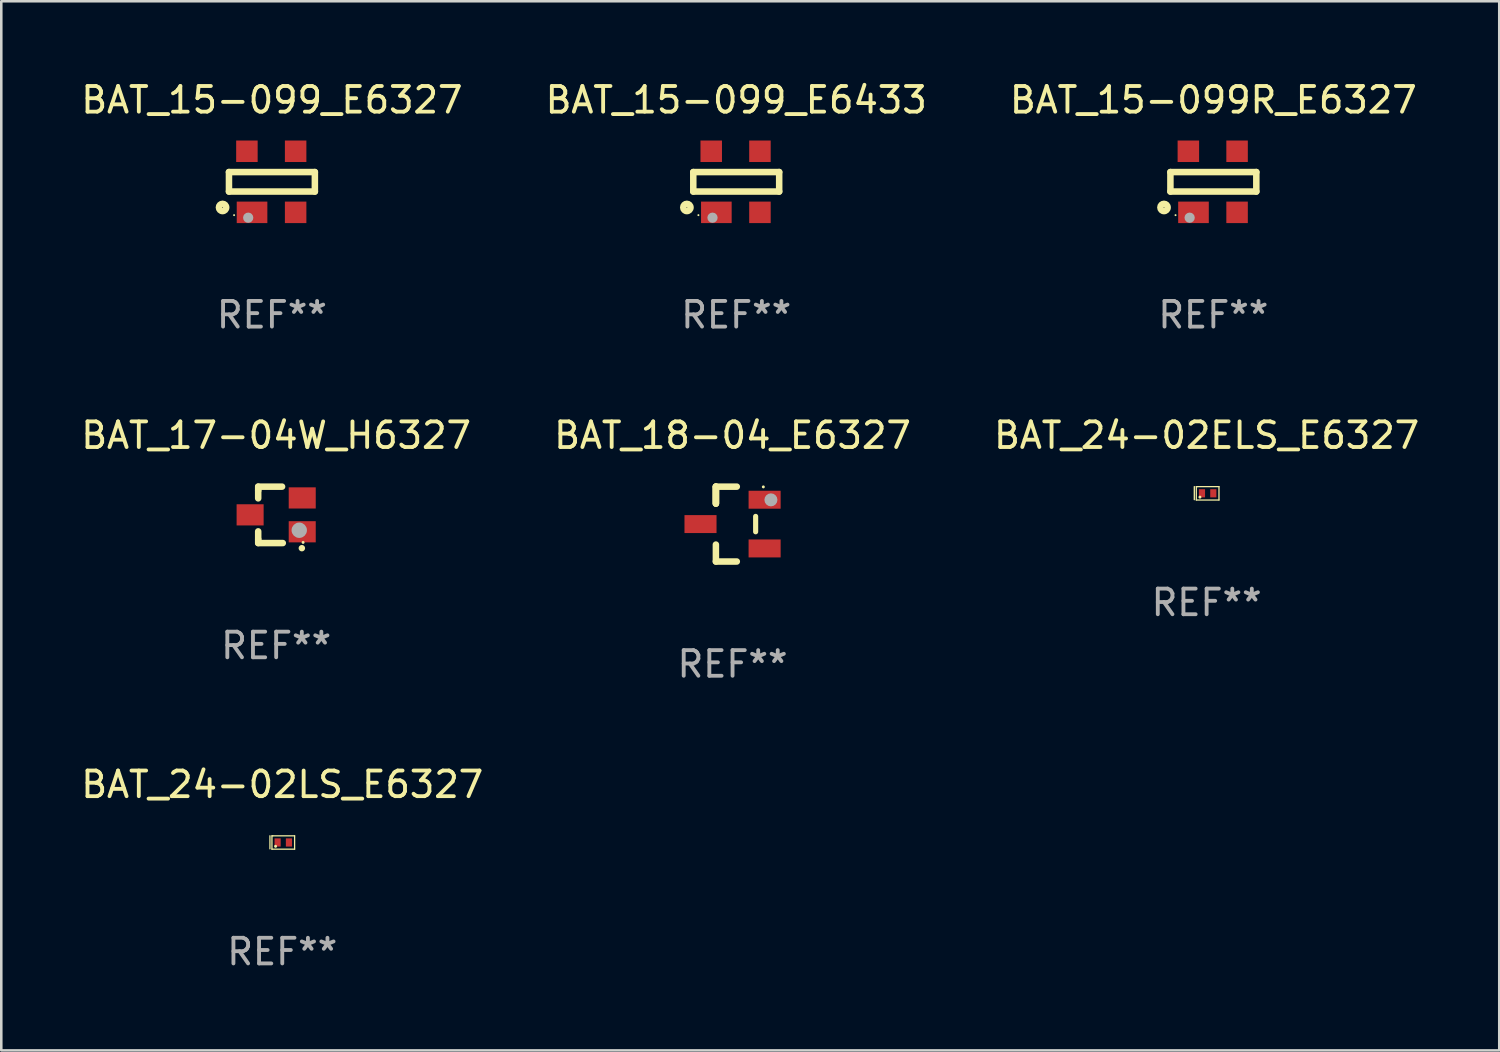
<source format=kicad_pcb>
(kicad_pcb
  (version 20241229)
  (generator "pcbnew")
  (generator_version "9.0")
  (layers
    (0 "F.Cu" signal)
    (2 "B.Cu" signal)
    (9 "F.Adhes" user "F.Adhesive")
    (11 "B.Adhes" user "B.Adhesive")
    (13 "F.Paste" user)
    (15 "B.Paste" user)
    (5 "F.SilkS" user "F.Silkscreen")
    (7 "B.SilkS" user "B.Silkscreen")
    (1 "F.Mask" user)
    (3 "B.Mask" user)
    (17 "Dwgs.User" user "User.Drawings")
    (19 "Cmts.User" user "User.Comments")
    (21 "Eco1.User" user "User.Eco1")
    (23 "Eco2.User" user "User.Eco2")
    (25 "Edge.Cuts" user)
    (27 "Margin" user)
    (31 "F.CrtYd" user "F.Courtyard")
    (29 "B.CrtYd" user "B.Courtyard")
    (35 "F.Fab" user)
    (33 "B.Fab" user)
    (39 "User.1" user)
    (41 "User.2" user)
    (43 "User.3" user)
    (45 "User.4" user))
  (footprint "BAT_15-099_E6433"
    (layer "F.Cu")
    (at 25.661 4.04)
    (property "Reference" "BAT_15-099_E6433" (at 0 -3.191 0) (layer "F.SilkS") (effects (font (size 1 1) (thickness 0.15))))
    (attr through_hole)
    (fp_line (start -1.675 -0.38) (end -1.675 0.38) (stroke (width 0.254) (type solid)) (layer "F.SilkS"))
    (fp_line (start -1.675 -0.38) (end 1.675 -0.38) (stroke (width 0.254) (type solid)) (layer "F.SilkS"))
    (fp_line (start -1.675 0.38) (end 1.675 0.38) (stroke (width 0.254) (type solid)) (layer "F.SilkS"))
    (fp_line (start 1.675 -0.38) (end 1.675 0.38) (stroke (width 0.254) (type solid)) (layer "F.SilkS"))
    (fp_circle (center -1.925 1) (end -1.783 1) (stroke (width 0.254) (type solid)) (fill no) (layer "F.SilkS"))
    (fp_circle (center -1.475 1.3) (end -1.455 1.3) (stroke (width 0.04) (type solid)) (fill no) (layer "F.SilkS"))
    (fp_circle (center -0.925 1.4) (end -0.825 1.4) (stroke (width 0.2) (type solid)) (fill no) (layer "F.Fab"))
    (fp_text user "REF**" (at 0 5.191 0) (layer "F.Fab") (effects (font (size 1 1) (thickness 0.15))))
    (pad "1" smd rect (at -0.775 1.191) (size 1.194 0.838) (layers "F.Cu" "F.Mask" "F.Paste"))
    (pad "2" smd rect (at 0.925 1.191) (size 0.838 0.838) (layers "F.Cu" "F.Mask" "F.Paste"))
    (pad "3" smd rect (at 0.925 -1.191) (size 0.838 0.838) (layers "F.Cu" "F.Mask" "F.Paste"))
    (pad "4" smd rect (at -0.975 -1.191) (size 0.838 0.838) (layers "F.Cu" "F.Mask" "F.Paste")))
  (footprint "BAT_15-099R_E6327"
    (layer "F.Cu")
    (at 44.268 4.04)
    (property "Reference" "BAT_15-099R_E6327" (at 0 -3.191 0) (layer "F.SilkS") (effects (font (size 1 1) (thickness 0.15))))
    (attr through_hole)
    (fp_line (start -1.675 -0.38) (end -1.675 0.38) (stroke (width 0.254) (type solid)) (layer "F.SilkS"))
    (fp_line (start -1.675 -0.38) (end 1.675 -0.38) (stroke (width 0.254) (type solid)) (layer "F.SilkS"))
    (fp_line (start -1.675 0.38) (end 1.675 0.38) (stroke (width 0.254) (type solid)) (layer "F.SilkS"))
    (fp_line (start 1.675 -0.38) (end 1.675 0.38) (stroke (width 0.254) (type solid)) (layer "F.SilkS"))
    (fp_circle (center -1.925 1) (end -1.783 1) (stroke (width 0.254) (type solid)) (fill no) (layer "F.SilkS"))
    (fp_circle (center -1.475 1.3) (end -1.455 1.3) (stroke (width 0.04) (type solid)) (fill no) (layer "F.SilkS"))
    (fp_circle (center -0.925 1.4) (end -0.825 1.4) (stroke (width 0.2) (type solid)) (fill no) (layer "F.Fab"))
    (fp_text user "REF**" (at 0 5.191 0) (layer "F.Fab") (effects (font (size 1 1) (thickness 0.15))))
    (pad "1" smd rect (at -0.775 1.191) (size 1.194 0.838) (layers "F.Cu" "F.Mask" "F.Paste"))
    (pad "2" smd rect (at 0.925 1.191) (size 0.838 0.838) (layers "F.Cu" "F.Mask" "F.Paste"))
    (pad "3" smd rect (at 0.925 -1.191) (size 0.838 0.838) (layers "F.Cu" "F.Mask" "F.Paste"))
    (pad "4" smd rect (at -0.975 -1.191) (size 0.838 0.838) (layers "F.Cu" "F.Mask" "F.Paste")))
  (footprint "BAT_18-04_E6327"
    (layer "F.Cu")
    (at 25.518 17.388)
    (property "Reference" "BAT_18-04_E6327" (at 0 -3.46 0) (layer "F.SilkS") (effects (font (size 1 1) (thickness 0.15))))
    (attr through_hole)
    (fp_line (start -0.65 -1.46) (end -0.65 -0.8) (stroke (width 0.254) (type solid)) (layer "F.SilkS"))
    (fp_line (start -0.65 -1.46) (end 0.165 -1.46) (stroke (width 0.254) (type solid)) (layer "F.SilkS"))
    (fp_line (start -0.65 -0.8) (end -0.65 -1.46) (stroke (width 0.254) (type solid)) (layer "F.SilkS"))
    (fp_line (start -0.65 -0.8) (end -0.65 -1.46) (stroke (width 0.254) (type solid)) (layer "F.SilkS"))
    (fp_line (start -0.65 1.46) (end -0.65 0.8) (stroke (width 0.254) (type solid)) (layer "F.SilkS"))
    (fp_line (start 0.165 1.46) (end -0.65 1.46) (stroke (width 0.254) (type solid)) (layer "F.SilkS"))
    (fp_line (start 0.9 0.3) (end 0.9 -0.3) (stroke (width 0.2) (type solid)) (layer "F.SilkS"))
    (fp_circle (center 1.2 -1.45) (end 1.23 -1.45) (stroke (width 0.06) (type solid)) (fill no) (layer "F.SilkS"))
    (fp_circle (center 1.496 -0.945) (end 1.623 -0.945) (stroke (width 0.254) (type solid)) (fill no) (layer "F.Fab"))
    (fp_text user "REF**" (at 0 5.46 0) (layer "F.Fab") (effects (font (size 1 1) (thickness 0.15))))
    (pad "1" smd rect (at 1.25 -0.95 270) (size 0.7 1.25) (layers "F.Cu" "F.Mask" "F.Paste"))
    (pad "2" smd rect (at 1.25 0.95 270) (size 0.7 1.25) (layers "F.Cu" "F.Mask" "F.Paste"))
    (pad "3" smd rect (at -1.25 0 270) (size 0.7 1.25) (layers "F.Cu" "F.Mask" "F.Paste")))
  (footprint "BAT_15-099_E6327"
    (layer "F.Cu")
    (at 7.554 4.04)
    (property "Reference" "BAT_15-099_E6327" (at 0 -3.191 0) (layer "F.SilkS") (effects (font (size 1 1) (thickness 0.15))))
    (attr through_hole)
    (fp_line (start -1.675 -0.38) (end -1.675 0.38) (stroke (width 0.254) (type solid)) (layer "F.SilkS"))
    (fp_line (start -1.675 -0.38) (end 1.675 -0.38) (stroke (width 0.254) (type solid)) (layer "F.SilkS"))
    (fp_line (start -1.675 0.38) (end 1.675 0.38) (stroke (width 0.254) (type solid)) (layer "F.SilkS"))
    (fp_line (start 1.675 -0.38) (end 1.675 0.38) (stroke (width 0.254) (type solid)) (layer "F.SilkS"))
    (fp_circle (center -1.925 1) (end -1.783 1) (stroke (width 0.254) (type solid)) (fill no) (layer "F.SilkS"))
    (fp_circle (center -1.475 1.3) (end -1.455 1.3) (stroke (width 0.04) (type solid)) (fill no) (layer "F.SilkS"))
    (fp_circle (center -0.925 1.4) (end -0.825 1.4) (stroke (width 0.2) (type solid)) (fill no) (layer "F.Fab"))
    (fp_text user "REF**" (at 0 5.191 0) (layer "F.Fab") (effects (font (size 1 1) (thickness 0.15))))
    (pad "1" smd rect (at -0.775 1.191) (size 1.194 0.838) (layers "F.Cu" "F.Mask" "F.Paste"))
    (pad "2" smd rect (at 0.925 1.191) (size 0.838 0.838) (layers "F.Cu" "F.Mask" "F.Paste"))
    (pad "3" smd rect (at 0.925 -1.191) (size 0.838 0.838) (layers "F.Cu" "F.Mask" "F.Paste"))
    (pad "4" smd rect (at -0.975 -1.191) (size 0.838 0.838) (layers "F.Cu" "F.Mask" "F.Paste")))
  (footprint "BAT_24-02ELS_E6327"
    (layer "F.Cu")
    (at 44.006 16.188)
    (property "Reference" "BAT_24-02ELS_E6327" (at 0 -2.261 0) (layer "F.SilkS") (effects (font (size 1 1) (thickness 0.15))))
    (attr through_hole)
    (fp_line (start -0.481 -0.261) (end -0.481 0.247) (stroke (width 0.051) (type solid)) (layer "F.SilkS"))
    (fp_line (start -0.403 -0.26) (end -0.37 -0.26) (stroke (width 0.05) (type solid)) (layer "F.SilkS"))
    (fp_line (start -0.403 0.261) (end -0.403 -0.26) (stroke (width 0.05) (type solid)) (layer "F.SilkS"))
    (fp_line (start -0.37 -0.26) (end 0.481 -0.26) (stroke (width 0.05) (type solid)) (layer "F.SilkS"))
    (fp_line (start 0.481 -0.26) (end 0.481 0.261) (stroke (width 0.05) (type solid)) (layer "F.SilkS"))
    (fp_line (start 0.481 0.261) (end -0.403 0.261) (stroke (width 0.05) (type solid)) (layer "F.SilkS"))
    (fp_circle (center -0.261 0.149) (end -0.231 0.149) (stroke (width 0.06) (type solid)) (fill no) (layer "F.SilkS"))
    (fp_text user "REF**" (at 0 4.261 0) (layer "F.Fab") (effects (font (size 1 1) (thickness 0.15))))
    (pad "1" smd rect (at -0.182 -0.001 90) (size 0.32 0.24) (layers "F.Cu" "F.Mask" "F.Paste"))
    (pad "2" smd rect (at 0.26 -0.001 90) (size 0.32 0.24) (layers "F.Cu" "F.Mask" "F.Paste")))
  (footprint "BAT_17-04W_H6327"
    (layer "F.Cu")
    (at 7.72 17.028)
    (property "Reference" "BAT_17-04W_H6327" (at 0 -3.1 0) (layer "F.SilkS") (effects (font (size 1 1) (thickness 0.15))))
    (attr through_hole)
    (fp_line (start -0.701 -0.95) (end -0.701 -1.1) (stroke (width 0.254) (type solid)) (layer "F.SilkS"))
    (fp_line (start -0.701 -0.644) (end -0.701 -0.95) (stroke (width 0.254) (type solid)) (layer "F.SilkS"))
    (fp_line (start -0.701 0.95) (end -0.701 0.644) (stroke (width 0.254) (type solid)) (layer "F.SilkS"))
    (fp_line (start -0.701 0.95) (end -0.701 1.1) (stroke (width 0.254) (type solid)) (layer "F.SilkS"))
    (fp_line (start -0.7 -1.1) (end 0.23 -1.1) (stroke (width 0.254) (type solid)) (layer "F.SilkS"))
    (fp_line (start -0.7 1.1) (end 0.258 1.1) (stroke (width 0.254) (type solid)) (layer "F.SilkS"))
    (fp_arc (start 1 1.3) (mid 1.00127 1.299994) (end 1.00254 1.3) (stroke (width 0.24892) (type solid)) (layer "F.SilkS"))
    (fp_circle (center 1.05 1.075) (end 1.08 1.075) (stroke (width 0.06) (type solid)) (fill no) (layer "F.SilkS"))
    (fp_circle (center 0.9 0.6) (end 1.05 0.6) (stroke (width 0.3) (type solid)) (fill no) (layer "F.Fab"))
    (fp_text user "REF**" (at 0 5.1 0) (layer "F.Fab") (effects (font (size 1 1) (thickness 0.15))))
    (pad "1" smd rect (at 1.016 0.66) (size 1.054 0.826) (layers "F.Cu" "F.Mask" "F.Paste"))
    (pad "2" smd rect (at 1.016 -0.66) (size 1.054 0.826) (layers "F.Cu" "F.Mask" "F.Paste"))
    (pad "3" smd rect (at -1.016 0) (size 1.054 0.826) (layers "F.Cu" "F.Mask" "F.Paste")))
  (footprint "BAT_24-02LS_E6327"
    (layer "F.Cu")
    (at 7.958 29.805)
    (property "Reference" "BAT_24-02LS_E6327" (at 0 -2.261 0) (layer "F.SilkS") (effects (font (size 1 1) (thickness 0.15))))
    (attr through_hole)
    (fp_line (start -0.481 -0.261) (end -0.481 0.247) (stroke (width 0.051) (type solid)) (layer "F.SilkS"))
    (fp_line (start -0.403 -0.26) (end -0.37 -0.26) (stroke (width 0.05) (type solid)) (layer "F.SilkS"))
    (fp_line (start -0.403 0.261) (end -0.403 -0.26) (stroke (width 0.05) (type solid)) (layer "F.SilkS"))
    (fp_line (start -0.37 -0.26) (end 0.481 -0.26) (stroke (width 0.05) (type solid)) (layer "F.SilkS"))
    (fp_line (start 0.481 -0.26) (end 0.481 0.261) (stroke (width 0.05) (type solid)) (layer "F.SilkS"))
    (fp_line (start 0.481 0.261) (end -0.403 0.261) (stroke (width 0.05) (type solid)) (layer "F.SilkS"))
    (fp_circle (center -0.261 0.149) (end -0.231 0.149) (stroke (width 0.06) (type solid)) (fill no) (layer "F.SilkS"))
    (fp_text user "REF**" (at 0 4.261 0) (layer "F.Fab") (effects (font (size 1 1) (thickness 0.15))))
    (pad "1" smd rect (at -0.182 -0.001 90) (size 0.32 0.24) (layers "F.Cu" "F.Mask" "F.Paste"))
    (pad "2" smd rect (at 0.26 -0.001 90) (size 0.32 0.24) (layers "F.Cu" "F.Mask" "F.Paste")))
  (gr_rect
    (start -3 -3)
    (end 55.417 37.913)
    (stroke (width 0.1) (type default))
    (fill no)
    (layer "Edge.Cuts")))
</source>
